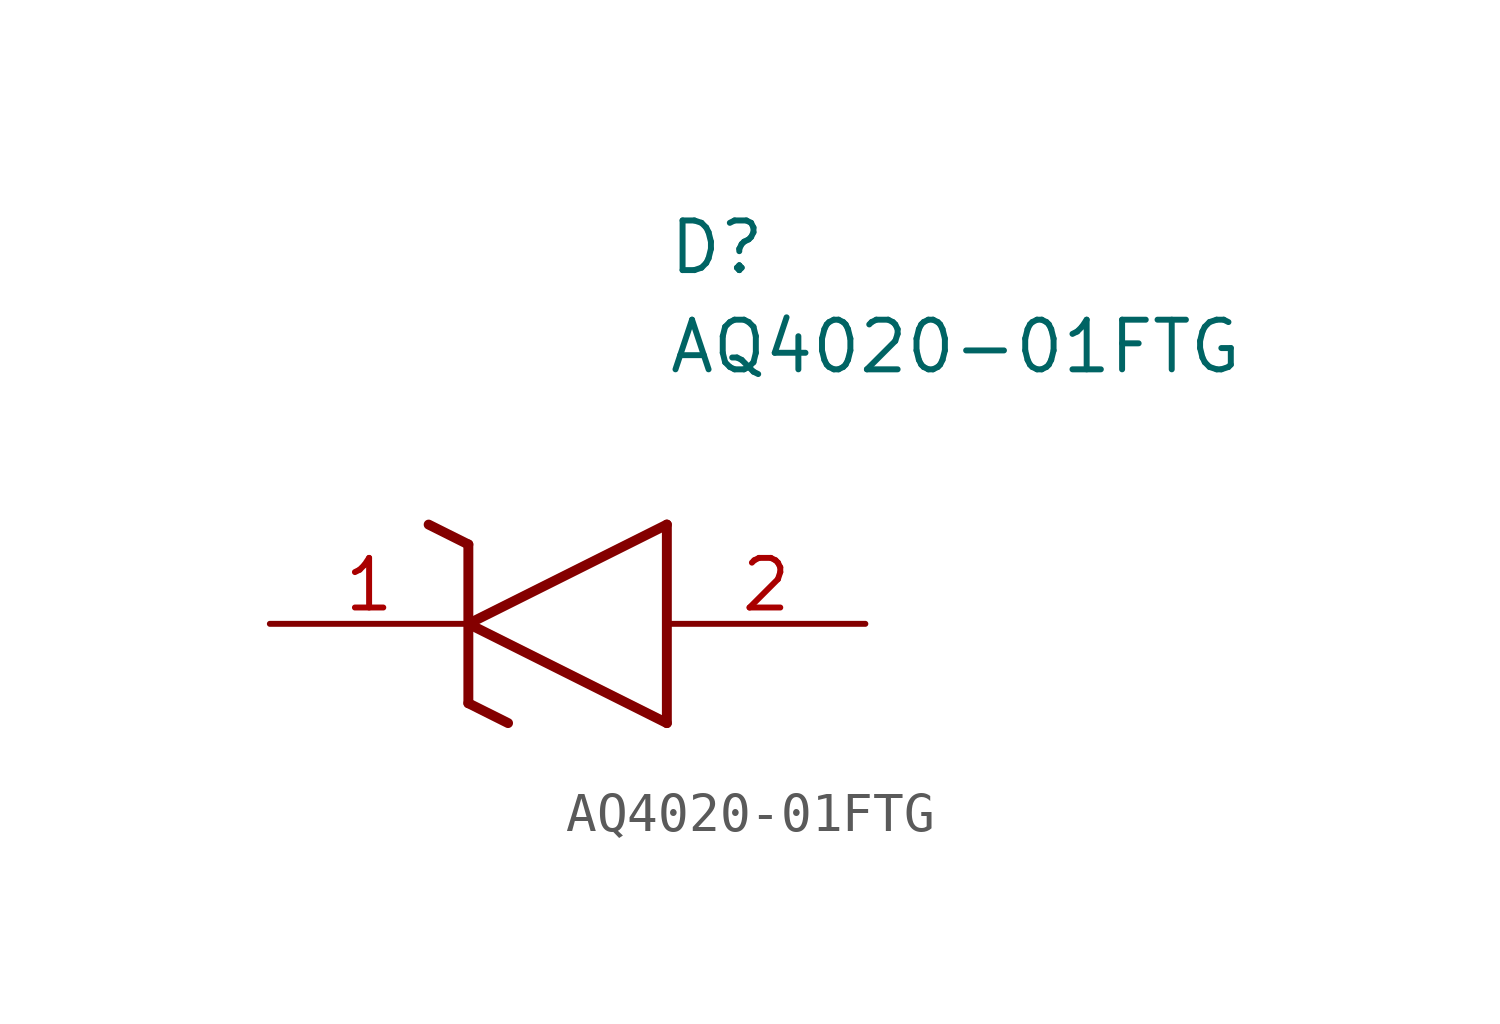
<source format=kicad_sym>
(kicad_symbol_lib
  (version 20211014)
  (generator SamacSys_ECAD_Model)
  (symbol "AQ4020-01FTG"
    (pin_names hide)
    (property "Reference" "D"
      (at 10.16 8.89 0)
      (effects (font (size 1.27 1.27)) (justify left bottom)))
    (property "Value" "AQ4020-01FTG"
      (at 10.16 6.35 0)
      (effects (font (size 1.27 1.27)) (justify left bottom)))
    (polyline
      (pts (xy 5.08 0) (xy 10.16 2.54))
      (stroke (width 0.254) (type default))
      (fill (type none)))
    (polyline
      (pts (xy 10.16 -2.54) (xy 10.16 2.54))
      (stroke (width 0.254) (type default))
      (fill (type none)))
    (polyline
      (pts (xy 10.16 -2.54) (xy 5.08 0))
      (stroke (width 0.254) (type default))
      (fill (type none)))
    (polyline
      (pts (xy 5.08 -2.032) (xy 6.096 -2.54))
      (stroke (width 0.254) (type default))
      (fill (type none)))
    (polyline
      (pts (xy 5.08 -2.032) (xy 5.08 2.032))
      (stroke (width 0.254) (type default))
      (fill (type none)))
    (polyline
      (pts (xy 4.064 2.54) (xy 5.08 2.032))
      (stroke (width 0.254) (type default))
      (fill (type none)))
    (pin passive line
      (at 0 0 0)
      (length 5.08)
      (name "K" (effects (font (size 1.27 1.27))))
      (number "1" (effects (font (size 1.27 1.27)))))
    (pin passive line
      (at 15.24 0 180)
      (length 5.08)
      (name "A" (effects (font (size 1.27 1.27))))
      (number "2" (effects (font (size 1.27 1.27)))))))
</source>
